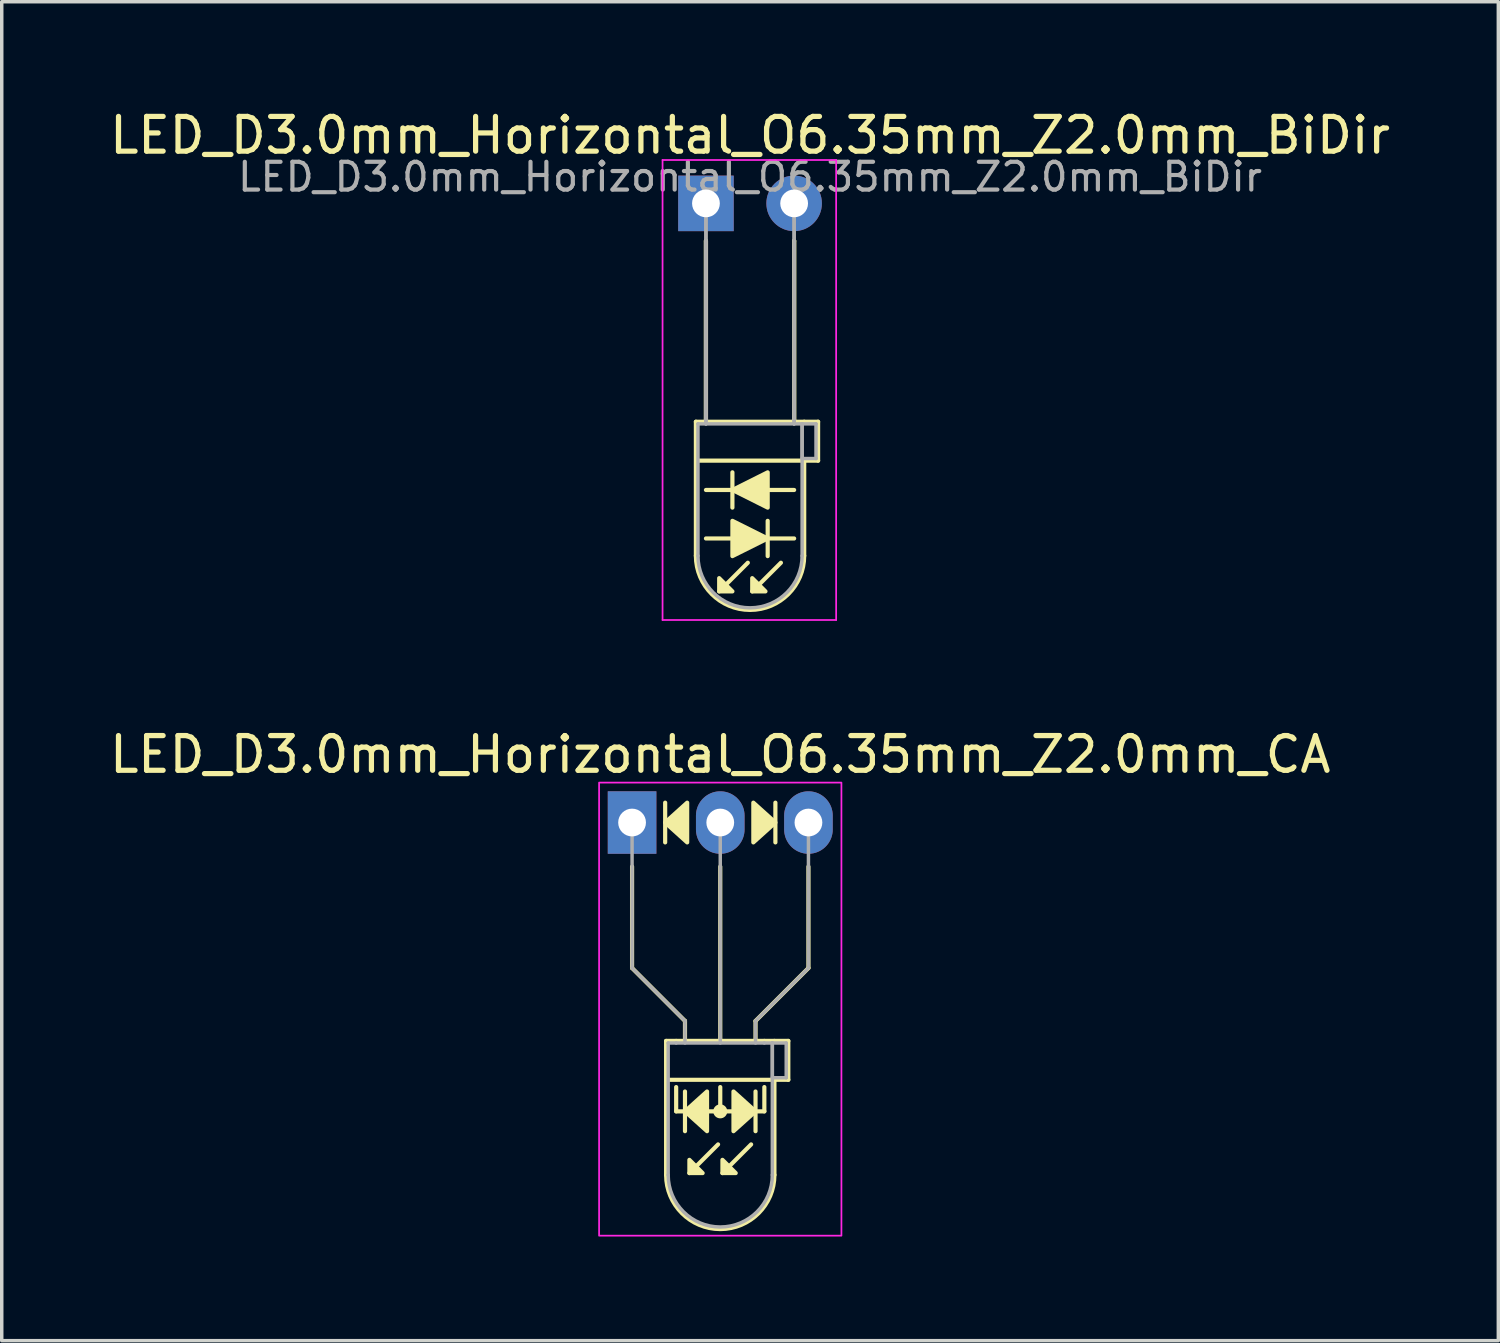
<source format=kicad_pcb>
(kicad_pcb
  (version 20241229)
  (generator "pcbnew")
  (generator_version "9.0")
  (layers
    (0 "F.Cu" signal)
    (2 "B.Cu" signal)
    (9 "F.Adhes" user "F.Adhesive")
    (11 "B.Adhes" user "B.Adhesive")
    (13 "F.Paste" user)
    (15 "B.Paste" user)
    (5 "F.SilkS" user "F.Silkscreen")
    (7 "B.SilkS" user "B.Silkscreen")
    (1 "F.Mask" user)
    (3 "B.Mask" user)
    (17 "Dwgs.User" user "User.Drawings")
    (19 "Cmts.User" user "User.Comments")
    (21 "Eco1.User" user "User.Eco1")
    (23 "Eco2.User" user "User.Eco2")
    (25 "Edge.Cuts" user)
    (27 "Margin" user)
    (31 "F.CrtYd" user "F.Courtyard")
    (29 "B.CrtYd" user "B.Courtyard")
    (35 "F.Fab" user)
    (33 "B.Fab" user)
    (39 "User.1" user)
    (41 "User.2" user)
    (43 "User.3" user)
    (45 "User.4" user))
  (footprint "LED_D3.0mm_Horizontal_O6.35mm_Z2.0mm_CA"
    (layer "F.Cu")
    (at 15.156 20.642)
    (property "Reference" "LED_D3.0mm_Horizontal_O6.35mm_Z2.0mm_CA" (at 2.54 -1.96 0) (layer "F.SilkS") (effects (font (size 1 1) (thickness 0.15))))
    (fp_line (start 0 1.27) (end 0 4.191) (stroke (width 0.12) (type default)) (layer "F.SilkS"))
    (fp_line (start 0 4.191) (end 1.524 5.715) (stroke (width 0.12) (type default)) (layer "F.SilkS"))
    (fp_line (start 0.953 -0.572) (end 0.953 0.572) (stroke (width 0.12) (type solid)) (layer "F.SilkS"))
    (fp_line (start 0.98 6.29) (end 0.98 10.15) (stroke (width 0.12) (type solid)) (layer "F.SilkS"))
    (fp_line (start 0.98 6.29) (end 4.1 6.29) (stroke (width 0.12) (type solid)) (layer "F.SilkS"))
    (fp_line (start 1.27 6.29) (end 1.27 6.29) (stroke (width 0.12) (type solid)) (layer "F.SilkS"))
    (fp_line (start 1.27 8.319) (end 1.27 7.62) (stroke (width 0.12) (type default)) (layer "F.SilkS"))
    (fp_line (start 1.524 5.715) (end 1.524 6.223) (stroke (width 0.12) (type default)) (layer "F.SilkS"))
    (fp_line (start 1.524 7.747) (end 1.524 8.89) (stroke (width 0.12) (type solid)) (layer "F.SilkS"))
    (fp_line (start 2.477 9.271) (end 1.651 10.097) (stroke (width 0.12) (type solid)) (layer "F.SilkS"))
    (fp_line (start 2.54 6.29) (end 2.54 1.27) (stroke (width 0.12) (type default)) (layer "F.SilkS"))
    (fp_line (start 2.54 8.319) (end 2.54 7.62) (stroke (width 0.12) (type default)) (layer "F.SilkS"))
    (fp_line (start 3.429 9.271) (end 2.603 10.097) (stroke (width 0.12) (type solid)) (layer "F.SilkS"))
    (fp_line (start 3.556 5.715) (end 3.556 6.223) (stroke (width 0.12) (type default)) (layer "F.SilkS"))
    (fp_line (start 3.556 8.89) (end 3.556 7.747) (stroke (width 0.12) (type solid)) (layer "F.SilkS"))
    (fp_line (start 3.81 6.29) (end 3.81 6.29) (stroke (width 0.12) (type solid)) (layer "F.SilkS"))
    (fp_line (start 3.81 8.319) (end 1.27 8.319) (stroke (width 0.12) (type default)) (layer "F.SilkS"))
    (fp_line (start 3.81 8.319) (end 3.81 7.62) (stroke (width 0.12) (type default)) (layer "F.SilkS"))
    (fp_line (start 4.1 6.29) (end 4.5 6.29) (stroke (width 0.12) (type solid)) (layer "F.SilkS"))
    (fp_line (start 4.1 7.41) (end 4.1 10.15) (stroke (width 0.12) (type solid)) (layer "F.SilkS"))
    (fp_line (start 4.128 0.572) (end 4.128 -0.572) (stroke (width 0.12) (type solid)) (layer "F.SilkS"))
    (fp_line (start 4.5 6.29) (end 4.5 7.41) (stroke (width 0.12) (type solid)) (layer "F.SilkS"))
    (fp_line (start 4.5 7.41) (end 1.016 7.41) (stroke (width 0.12) (type solid)) (layer "F.SilkS"))
    (fp_line (start 5.08 1.27) (end 5.08 4.191) (stroke (width 0.12) (type default)) (layer "F.SilkS"))
    (fp_line (start 5.08 4.191) (end 3.556 5.715) (stroke (width 0.12) (type default)) (layer "F.SilkS"))
    (fp_arc (start 4.1 10.15) (mid 2.54 11.71) (end 0.98 10.15) (stroke (width 0.12) (type solid)) (layer "F.SilkS"))
    (fp_circle (center 2.54 8.319) (end 2.682 8.319) (stroke (width 0.12) (type solid)) (fill yes) (layer "F.SilkS"))
    (fp_poly (pts (xy 1.587 0.572) (xy 0.953 0) (xy 1.587 -0.572)) (stroke (width 0.12) (type solid)) (fill yes) (layer "F.SilkS"))
    (fp_poly (pts (xy 1.651 9.716) (xy 2.032 10.097) (xy 1.651 10.097)) (stroke (width 0.12) (type solid)) (fill yes) (layer "F.SilkS"))
    (fp_poly (pts (xy 2.159 8.89) (xy 1.524 8.319) (xy 2.159 7.747)) (stroke (width 0.12) (type solid)) (fill yes) (layer "F.SilkS"))
    (fp_poly (pts (xy 2.603 9.716) (xy 2.985 10.097) (xy 2.603 10.097)) (stroke (width 0.12) (type solid)) (fill yes) (layer "F.SilkS"))
    (fp_poly (pts (xy 2.921 7.747) (xy 3.556 8.319) (xy 2.921 8.89)) (stroke (width 0.12) (type solid)) (fill yes) (layer "F.SilkS"))
    (fp_poly (pts (xy 3.493 -0.572) (xy 4.128 0) (xy 3.493 0.572)) (stroke (width 0.12) (type solid)) (fill yes) (layer "F.SilkS"))
    (fp_rect (start -0.95 -1.15) (end 6.03 11.9) (stroke (width 0.05) (type default)) (fill no) (layer "F.CrtYd"))
    (fp_line (start 0 0) (end 0 0) (stroke (width 0.1) (type solid)) (layer "F.Fab"))
    (fp_line (start 0 4.191) (end 0 0) (stroke (width 0.1) (type default)) (layer "F.Fab"))
    (fp_line (start 1.04 6.35) (end 1.04 10.15) (stroke (width 0.1) (type solid)) (layer "F.Fab"))
    (fp_line (start 1.04 6.35) (end 4.04 6.35) (stroke (width 0.1) (type solid)) (layer "F.Fab"))
    (fp_line (start 1.27 6.35) (end 1.27 6.35) (stroke (width 0.1) (type solid)) (layer "F.Fab"))
    (fp_line (start 1.524 5.715) (end 0 4.191) (stroke (width 0.1) (type default)) (layer "F.Fab"))
    (fp_line (start 1.524 6.35) (end 1.524 5.715) (stroke (width 0.1) (type default)) (layer "F.Fab"))
    (fp_line (start 2.54 0) (end 2.54 0) (stroke (width 0.1) (type solid)) (layer "F.Fab"))
    (fp_line (start 2.54 0) (end 2.54 6.35) (stroke (width 0.1) (type default)) (layer "F.Fab"))
    (fp_line (start 3.556 5.715) (end 5.08 4.191) (stroke (width 0.1) (type default)) (layer "F.Fab"))
    (fp_line (start 3.556 6.35) (end 3.556 5.715) (stroke (width 0.1) (type default)) (layer "F.Fab"))
    (fp_line (start 3.81 6.35) (end 3.81 6.35) (stroke (width 0.1) (type solid)) (layer "F.Fab"))
    (fp_line (start 4.04 6.35) (end 4.04 10.15) (stroke (width 0.1) (type solid)) (layer "F.Fab"))
    (fp_line (start 4.04 6.35) (end 4.44 6.35) (stroke (width 0.1) (type solid)) (layer "F.Fab"))
    (fp_line (start 4.04 7.35) (end 4.04 6.35) (stroke (width 0.1) (type solid)) (layer "F.Fab"))
    (fp_line (start 4.44 6.35) (end 4.44 7.35) (stroke (width 0.1) (type solid)) (layer "F.Fab"))
    (fp_line (start 4.44 7.35) (end 4.04 7.35) (stroke (width 0.1) (type solid)) (layer "F.Fab"))
    (fp_line (start 5.08 4.191) (end 5.08 0) (stroke (width 0.1) (type default)) (layer "F.Fab"))
    (fp_arc (start 4.04 10.15) (mid 2.54 11.65) (end 1.04 10.15) (stroke (width 0.1) (type solid)) (layer "F.Fab"))
    (pad "1" thru_hole rect (at 0 0) (size 1.4 1.8) (drill 0.8) (layers "*.Cu" "*.Mask"))
    (pad "2" thru_hole oval (at 2.54 0) (size 1.4 1.8) (drill 0.8) (layers "*.Cu" "*.Mask"))
    (pad "3" thru_hole oval (at 5.08 0) (size 1.4 1.8) (drill 0.8) (layers "*.Cu" "*.Mask")))
  (footprint "LED_D3.0mm_Horizontal_O6.35mm_Z2.0mm_BiDir"
    (layer "F.Cu")
    (at 17.284 2.808)
    (property "Reference" "LED_D3.0mm_Horizontal_O6.35mm_Z2.0mm_BiDir" (at 1.27 -1.96 0) (layer "F.SilkS") (effects (font (size 1 1) (thickness 0.15))))
    (fp_line (start -0.29 6.29) (end -0.29 10.15) (stroke (width 0.12) (type solid)) (layer "F.SilkS"))
    (fp_line (start -0.29 6.29) (end 2.83 6.29) (stroke (width 0.12) (type solid)) (layer "F.SilkS"))
    (fp_line (start 0 1.08) (end 0 1.08) (stroke (width 0.12) (type solid)) (layer "F.SilkS"))
    (fp_line (start 0 1.08) (end 0 6.29) (stroke (width 0.12) (type solid)) (layer "F.SilkS"))
    (fp_line (start 0 6.29) (end 0 1.08) (stroke (width 0.12) (type solid)) (layer "F.SilkS"))
    (fp_line (start 0 6.29) (end 0 6.29) (stroke (width 0.12) (type solid)) (layer "F.SilkS"))
    (fp_line (start 0 9.652) (end 2.54 9.652) (stroke (width 0.12) (type solid)) (layer "F.SilkS"))
    (fp_line (start 0.762 7.747) (end 0.762 8.763) (stroke (width 0.12) (type solid)) (layer "F.SilkS"))
    (fp_line (start 1.206 10.351) (end 0.381 11.176) (stroke (width 0.12) (type solid)) (layer "F.SilkS"))
    (fp_line (start 1.778 10.16) (end 1.778 9.144) (stroke (width 0.12) (type solid)) (layer "F.SilkS"))
    (fp_line (start 2.159 10.351) (end 1.333 11.176) (stroke (width 0.12) (type solid)) (layer "F.SilkS"))
    (fp_line (start 2.54 1.08) (end 2.54 1.08) (stroke (width 0.12) (type solid)) (layer "F.SilkS"))
    (fp_line (start 2.54 1.08) (end 2.54 6.29) (stroke (width 0.12) (type solid)) (layer "F.SilkS"))
    (fp_line (start 2.54 6.29) (end 2.54 1.08) (stroke (width 0.12) (type solid)) (layer "F.SilkS"))
    (fp_line (start 2.54 6.29) (end 2.54 6.29) (stroke (width 0.12) (type solid)) (layer "F.SilkS"))
    (fp_line (start 2.54 8.255) (end 0 8.255) (stroke (width 0.12) (type solid)) (layer "F.SilkS"))
    (fp_line (start 2.83 6.29) (end 3.23 6.29) (stroke (width 0.12) (type solid)) (layer "F.SilkS"))
    (fp_line (start 2.83 7.41) (end 2.83 10.15) (stroke (width 0.12) (type solid)) (layer "F.SilkS"))
    (fp_line (start 3.23 6.29) (end 3.23 7.41) (stroke (width 0.12) (type solid)) (layer "F.SilkS"))
    (fp_line (start 3.23 7.41) (end -0.254 7.41) (stroke (width 0.12) (type solid)) (layer "F.SilkS"))
    (fp_arc (start 2.83 10.15) (mid 1.27 11.71) (end -0.29 10.15) (stroke (width 0.12) (type solid)) (layer "F.SilkS"))
    (fp_poly (pts (xy 0.381 10.795) (xy 0.762 11.176) (xy 0.381 11.176)) (stroke (width 0.12) (type solid)) (fill yes) (layer "F.SilkS"))
    (fp_poly (pts (xy 0.762 9.144) (xy 1.778 9.652) (xy 0.762 10.16)) (stroke (width 0.12) (type solid)) (fill yes) (layer "F.SilkS"))
    (fp_poly (pts (xy 1.333 10.795) (xy 1.714 11.176) (xy 1.333 11.176)) (stroke (width 0.12) (type solid)) (fill yes) (layer "F.SilkS"))
    (fp_poly (pts (xy 1.778 8.763) (xy 0.762 8.255) (xy 1.778 7.747)) (stroke (width 0.12) (type solid)) (fill yes) (layer "F.SilkS"))
    (fp_line (start -1.25 -1.25) (end -1.25 12) (stroke (width 0.05) (type solid)) (layer "F.CrtYd"))
    (fp_line (start -1.25 12) (end 3.75 12) (stroke (width 0.05) (type solid)) (layer "F.CrtYd"))
    (fp_line (start 3.75 -1.25) (end -1.25 -1.25) (stroke (width 0.05) (type solid)) (layer "F.CrtYd"))
    (fp_line (start 3.75 12) (end 3.75 -1.25) (stroke (width 0.05) (type solid)) (layer "F.CrtYd"))
    (fp_line (start -0.23 6.35) (end -0.23 10.15) (stroke (width 0.1) (type solid)) (layer "F.Fab"))
    (fp_line (start -0.23 6.35) (end 2.77 6.35) (stroke (width 0.1) (type solid)) (layer "F.Fab"))
    (fp_line (start 0 0) (end 0 0) (stroke (width 0.1) (type solid)) (layer "F.Fab"))
    (fp_line (start 0 0) (end 0 6.35) (stroke (width 0.1) (type solid)) (layer "F.Fab"))
    (fp_line (start 0 6.35) (end 0 0) (stroke (width 0.1) (type solid)) (layer "F.Fab"))
    (fp_line (start 0 6.35) (end 0 6.35) (stroke (width 0.1) (type solid)) (layer "F.Fab"))
    (fp_line (start 2.54 0) (end 2.54 0) (stroke (width 0.1) (type solid)) (layer "F.Fab"))
    (fp_line (start 2.54 0) (end 2.54 6.35) (stroke (width 0.1) (type solid)) (layer "F.Fab"))
    (fp_line (start 2.54 6.35) (end 2.54 0) (stroke (width 0.1) (type solid)) (layer "F.Fab"))
    (fp_line (start 2.54 6.35) (end 2.54 6.35) (stroke (width 0.1) (type solid)) (layer "F.Fab"))
    (fp_line (start 2.77 6.35) (end 2.77 10.15) (stroke (width 0.1) (type solid)) (layer "F.Fab"))
    (fp_line (start 2.77 6.35) (end 3.17 6.35) (stroke (width 0.1) (type solid)) (layer "F.Fab"))
    (fp_line (start 2.77 7.35) (end 2.77 6.35) (stroke (width 0.1) (type solid)) (layer "F.Fab"))
    (fp_line (start 3.17 6.35) (end 3.17 7.35) (stroke (width 0.1) (type solid)) (layer "F.Fab"))
    (fp_line (start 3.17 7.35) (end 2.77 7.35) (stroke (width 0.1) (type solid)) (layer "F.Fab"))
    (fp_arc (start 2.77 10.15) (mid 1.27 11.65) (end -0.23 10.15) (stroke (width 0.1) (type solid)) (layer "F.Fab"))
    (fp_text user "${REFERENCE}" (at 1.27 -0.762 0) (layer "F.Fab") (effects (font (size 0.8 0.8) (thickness 0.12))))
    (pad "1" thru_hole rect (at 0 0) (size 1.6 1.6) (drill 0.8) (layers "*.Cu" "*.Mask"))
    (pad "2" thru_hole circle (at 2.54 0) (size 1.6 1.6) (drill 0.8) (layers "*.Cu" "*.Mask")))
  (gr_rect
    (start -3 -3)
    (end 40.107 35.566)
    (stroke (width 0.1) (type default))
    (fill no)
    (layer "Edge.Cuts")))
</source>
